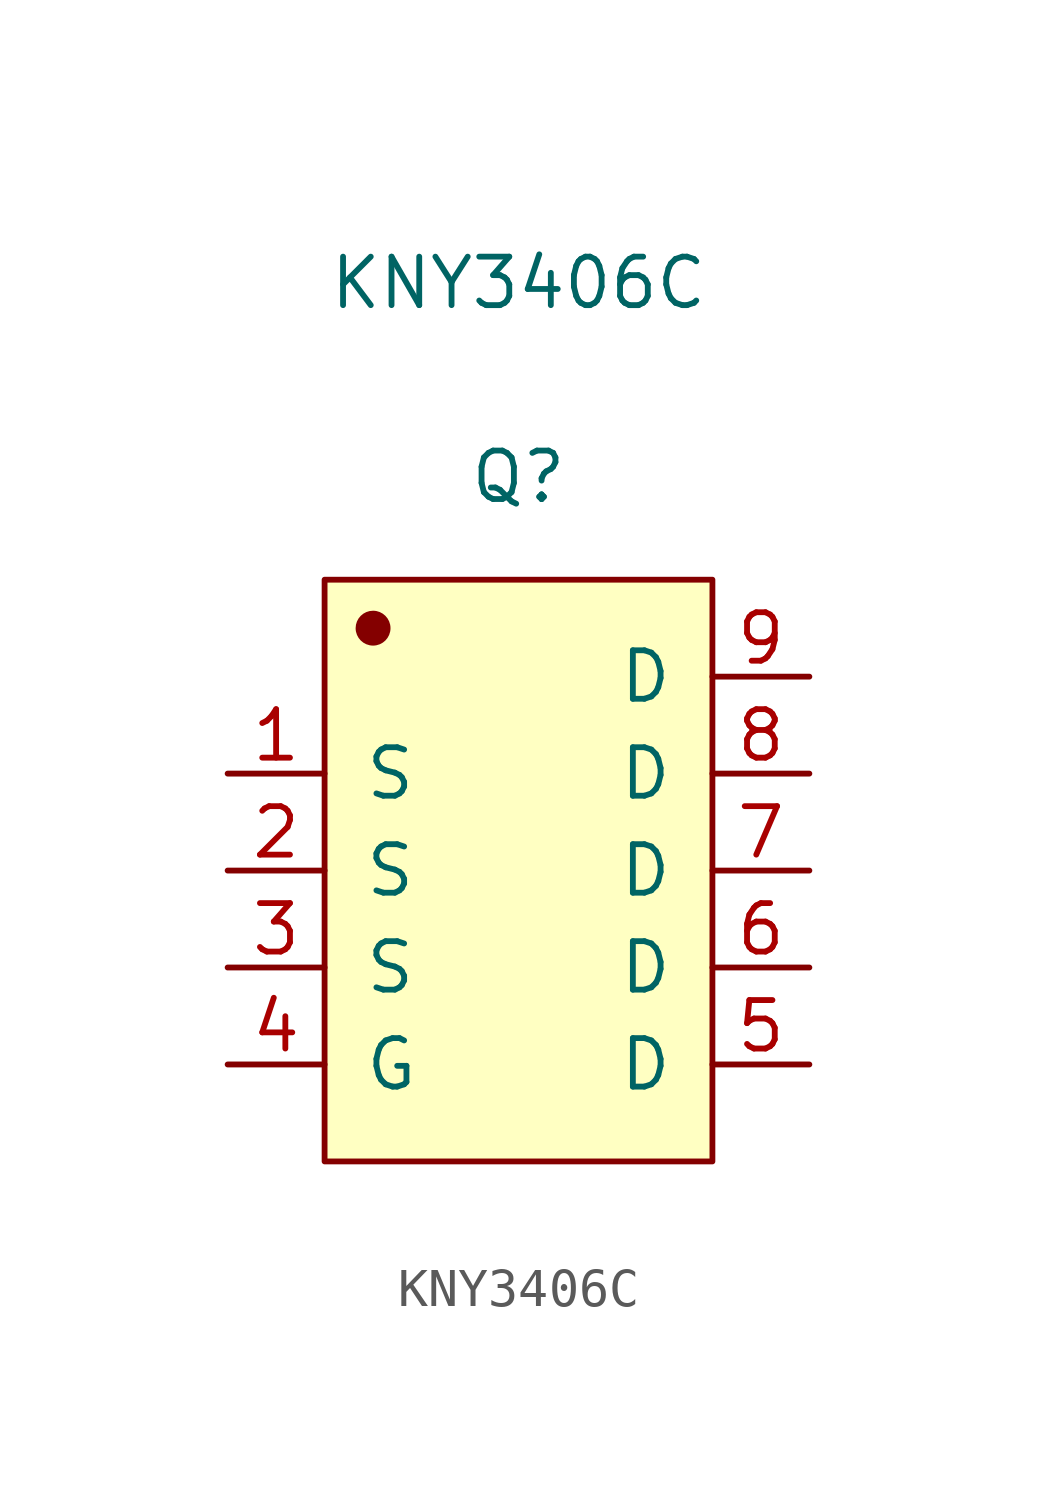
<source format=kicad_sym>
(kicad_symbol_lib
  (version 20220914)
  (generator kicad_symbol_editor)
  (symbol "KNY3406C"
    (pin_names
      (offset 1.016))
    (property "Reference" "Q"
      (at 0 10.312 0)
      (effects (font (size 1.27 1.27))))
    (property "Value" "KNY3406C"
      (at 0 15.392 0)
      (effects (font (size 1.27 1.27))))
    (symbol "KNY3406C_1_1"
      (rectangle (start -5.08 7.62) (end 5.08 -7.62) (stroke (width 0.152) (type solid)) (fill (type background)))
      (circle (center -3.81 6.35) (radius 0.381) (stroke (width 0.152) (type solid)) (fill (type outline)))
      (pin input line (at -7.62 2.54 0) (length 2.54) (name "S" (effects (font (size 1.27 1.27)))) (number "1" (effects (font (size 1.27 1.27)))))
      (pin input line (at -7.62 0 0) (length 2.54) (name "S" (effects (font (size 1.27 1.27)))) (number "2" (effects (font (size 1.27 1.27)))))
      (pin input line (at -7.62 -2.54 0) (length 2.54) (name "S" (effects (font (size 1.27 1.27)))) (number "3" (effects (font (size 1.27 1.27)))))
      (pin input line (at -7.62 -5.08 0) (length 2.54) (name "G" (effects (font (size 1.27 1.27)))) (number "4" (effects (font (size 1.27 1.27)))))
      (pin input line (at 7.62 -5.08 180) (length 2.54) (name "D" (effects (font (size 1.27 1.27)))) (number "5" (effects (font (size 1.27 1.27)))))
      (pin input line (at 7.62 -2.54 180) (length 2.54) (name "D" (effects (font (size 1.27 1.27)))) (number "6" (effects (font (size 1.27 1.27)))))
      (pin input line (at 7.62 0 180) (length 2.54) (name "D" (effects (font (size 1.27 1.27)))) (number "7" (effects (font (size 1.27 1.27)))))
      (pin input line (at 7.62 2.54 180) (length 2.54) (name "D" (effects (font (size 1.27 1.27)))) (number "8" (effects (font (size 1.27 1.27)))))
      (pin input line (at 7.62 5.08 180) (length 2.54) (name "D" (effects (font (size 1.27 1.27)))) (number "9" (effects (font (size 1.27 1.27))))))))
</source>
